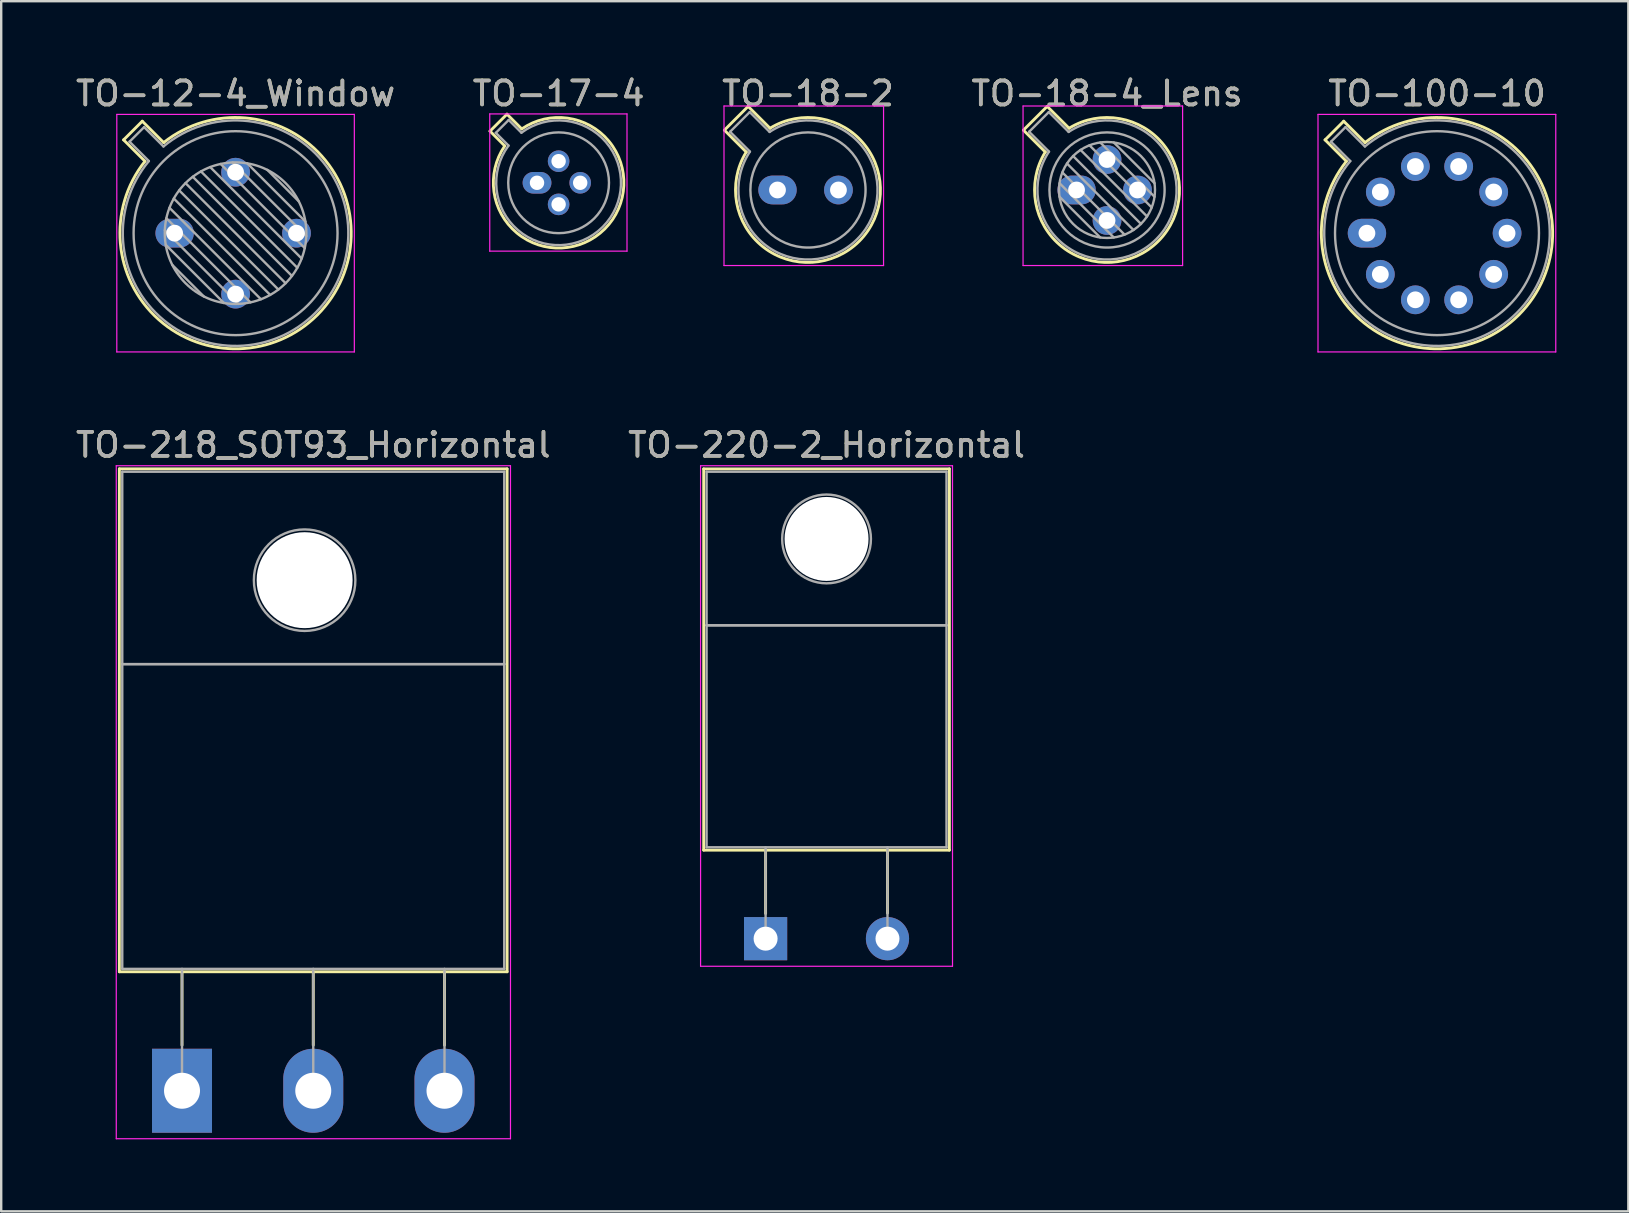
<source format=kicad_pcb>
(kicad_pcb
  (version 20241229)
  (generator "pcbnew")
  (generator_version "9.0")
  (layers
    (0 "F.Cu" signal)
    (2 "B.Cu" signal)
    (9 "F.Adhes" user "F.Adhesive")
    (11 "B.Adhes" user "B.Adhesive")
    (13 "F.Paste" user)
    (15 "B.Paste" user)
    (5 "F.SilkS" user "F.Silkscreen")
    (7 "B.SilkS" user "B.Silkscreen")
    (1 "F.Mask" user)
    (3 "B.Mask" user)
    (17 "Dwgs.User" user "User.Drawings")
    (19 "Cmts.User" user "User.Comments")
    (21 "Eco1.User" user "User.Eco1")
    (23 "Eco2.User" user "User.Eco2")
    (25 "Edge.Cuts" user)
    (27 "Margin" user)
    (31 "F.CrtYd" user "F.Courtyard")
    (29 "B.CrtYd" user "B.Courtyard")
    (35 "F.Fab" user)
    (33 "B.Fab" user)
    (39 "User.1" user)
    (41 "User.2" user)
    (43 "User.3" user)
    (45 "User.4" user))
  (footprint "TO-12-4_Window"
    (layer "F.Cu")
    (at 4.228 6.668)
    (property "Reference" "TO-12-4_Window" (at 2.54 -5.82 0) (layer "F.SilkS") (effects (font (size 1 1) (thickness 0.15))))
    (attr through_hole)
    (fp_line (start -2.126 -3.888) (end -1.235 -2.997) (stroke (width 0.12) (type solid)) (layer "F.SilkS"))
    (fp_line (start -1.348 -4.666) (end -2.126 -3.888) (stroke (width 0.12) (type solid)) (layer "F.SilkS"))
    (fp_line (start -0.457 -3.775) (end -1.348 -4.666) (stroke (width 0.12) (type solid)) (layer "F.SilkS"))
    (fp_arc (start -0.457084 -3.774902) (mid 5.948125 3.408384) (end -1.234674 -2.997371) (stroke (width 0.12) (type solid)) (layer "F.SilkS"))
    (fp_line (start -2.41 -4.95) (end -2.41 4.95) (stroke (width 0.05) (type solid)) (layer "F.CrtYd"))
    (fp_line (start -2.41 4.95) (end 7.49 4.95) (stroke (width 0.05) (type solid)) (layer "F.CrtYd"))
    (fp_line (start 7.49 -4.95) (end -2.41 -4.95) (stroke (width 0.05) (type solid)) (layer "F.CrtYd"))
    (fp_line (start 7.49 4.95) (end 7.49 -4.95) (stroke (width 0.05) (type solid)) (layer "F.CrtYd"))
    (fp_line (start -1.88 -3.812) (end -1.074 -3.005) (stroke (width 0.1) (type solid)) (layer "F.Fab"))
    (fp_line (start -1.272 -4.42) (end -1.88 -3.812) (stroke (width 0.1) (type solid)) (layer "F.Fab"))
    (fp_line (start -0.465 -3.614) (end -1.272 -4.42) (stroke (width 0.1) (type solid)) (layer "F.Fab"))
    (fp_line (start -0.408 -0.12) (end 2.66 2.948) (stroke (width 0.1) (type solid)) (layer "F.Fab"))
    (fp_line (start -0.371 0.485) (end 2.055 2.911) (stroke (width 0.1) (type solid)) (layer "F.Fab"))
    (fp_line (start -0.344 -0.622) (end 3.162 2.884) (stroke (width 0.1) (type solid)) (layer "F.Fab"))
    (fp_line (start -0.215 -1.058) (end 3.598 2.755) (stroke (width 0.1) (type solid)) (layer "F.Fab"))
    (fp_line (start -0.097 1.324) (end 1.216 2.637) (stroke (width 0.1) (type solid)) (layer "F.Fab"))
    (fp_line (start -0.034 -1.443) (end 3.983 2.574) (stroke (width 0.1) (type solid)) (layer "F.Fab"))
    (fp_line (start 0.19 -1.784) (end 4.324 2.35) (stroke (width 0.1) (type solid)) (layer "F.Fab"))
    (fp_line (start 0.454 -2.086) (end 4.626 2.086) (stroke (width 0.1) (type solid)) (layer "F.Fab"))
    (fp_line (start 0.756 -2.35) (end 4.89 1.784) (stroke (width 0.1) (type solid)) (layer "F.Fab"))
    (fp_line (start 1.097 -2.574) (end 5.114 1.443) (stroke (width 0.1) (type solid)) (layer "F.Fab"))
    (fp_line (start 1.482 -2.755) (end 5.295 1.058) (stroke (width 0.1) (type solid)) (layer "F.Fab"))
    (fp_line (start 1.918 -2.884) (end 5.424 0.622) (stroke (width 0.1) (type solid)) (layer "F.Fab"))
    (fp_line (start 2.42 -2.948) (end 5.488 0.12) (stroke (width 0.1) (type solid)) (layer "F.Fab"))
    (fp_line (start 3.025 -2.911) (end 5.451 -0.485) (stroke (width 0.1) (type solid)) (layer "F.Fab"))
    (fp_line (start 3.864 -2.637) (end 5.177 -1.324) (stroke (width 0.1) (type solid)) (layer "F.Fab"))
    (fp_arc (start -0.465408 -3.61352) (mid 5.863443 3.323361) (end -1.073594 -3.005319) (stroke (width 0.1) (type solid)) (layer "F.Fab"))
    (fp_circle (center 2.54 0) (end 5.49 0) (stroke (width 0.1) (type solid)) (fill no) (layer "F.Fab"))
    (fp_circle (center 2.54 0) (end 6.79 0) (stroke (width 0.1) (type solid)) (fill no) (layer "F.Fab"))
    (fp_text user "${REFERENCE}" (at 2.54 -5.82 0) (layer "F.Fab") (effects (font (size 1 1) (thickness 0.15))))
    (pad "1" thru_hole oval (at 0 0) (size 1.6 1.2) (drill 0.7) (layers "*.Cu" "*.Mask"))
    (pad "2" thru_hole oval (at 2.54 2.54) (size 1.2 1.2) (drill 0.7) (layers "*.Cu" "*.Mask"))
    (pad "3" thru_hole oval (at 5.08 0) (size 1.2 1.2) (drill 0.7) (layers "*.Cu" "*.Mask"))
    (pad "4" thru_hole oval (at 2.54 -2.54) (size 1.2 1.2) (drill 0.7) (layers "*.Cu" "*.Mask")))
  (footprint "TO-220-2_Horizontal"
    (layer "F.Cu")
    (at 28.859 36.072)
    (property "Reference" "TO-220-2_Horizontal" (at 2.54 -20.58 0) (layer "F.SilkS") (effects (font (size 1 1) (thickness 0.15))))
    (attr through_hole)
    (fp_line (start -2.58 -19.58) (end -2.58 -3.69) (stroke (width 0.12) (type solid)) (layer "F.SilkS"))
    (fp_line (start -2.58 -19.58) (end 7.66 -19.58) (stroke (width 0.12) (type solid)) (layer "F.SilkS"))
    (fp_line (start -2.58 -3.69) (end 7.66 -3.69) (stroke (width 0.12) (type solid)) (layer "F.SilkS"))
    (fp_line (start 0 -3.69) (end 0 -1.05) (stroke (width 0.12) (type solid)) (layer "F.SilkS"))
    (fp_line (start 5.08 -3.69) (end 5.08 -1.066) (stroke (width 0.12) (type solid)) (layer "F.SilkS"))
    (fp_line (start 7.66 -19.58) (end 7.66 -3.69) (stroke (width 0.12) (type solid)) (layer "F.SilkS"))
    (fp_line (start -2.71 -19.71) (end -2.71 1.15) (stroke (width 0.05) (type solid)) (layer "F.CrtYd"))
    (fp_line (start -2.71 1.15) (end 7.79 1.15) (stroke (width 0.05) (type solid)) (layer "F.CrtYd"))
    (fp_line (start 7.79 -19.71) (end -2.71 -19.71) (stroke (width 0.05) (type solid)) (layer "F.CrtYd"))
    (fp_line (start 7.79 1.15) (end 7.79 -19.71) (stroke (width 0.05) (type solid)) (layer "F.CrtYd"))
    (fp_line (start -2.46 -19.46) (end 7.54 -19.46) (stroke (width 0.1) (type solid)) (layer "F.Fab"))
    (fp_line (start -2.46 -13.06) (end -2.46 -19.46) (stroke (width 0.1) (type solid)) (layer "F.Fab"))
    (fp_line (start -2.46 -13.06) (end 7.54 -13.06) (stroke (width 0.1) (type solid)) (layer "F.Fab"))
    (fp_line (start -2.46 -3.81) (end -2.46 -13.06) (stroke (width 0.1) (type solid)) (layer "F.Fab"))
    (fp_line (start 0 -3.81) (end 0 0) (stroke (width 0.1) (type solid)) (layer "F.Fab"))
    (fp_line (start 5.08 -3.81) (end 5.08 0) (stroke (width 0.1) (type solid)) (layer "F.Fab"))
    (fp_line (start 7.54 -19.46) (end 7.54 -13.06) (stroke (width 0.1) (type solid)) (layer "F.Fab"))
    (fp_line (start 7.54 -13.06) (end -2.46 -13.06) (stroke (width 0.1) (type solid)) (layer "F.Fab"))
    (fp_line (start 7.54 -13.06) (end 7.54 -3.81) (stroke (width 0.1) (type solid)) (layer "F.Fab"))
    (fp_line (start 7.54 -3.81) (end -2.46 -3.81) (stroke (width 0.1) (type solid)) (layer "F.Fab"))
    (fp_circle (center 2.54 -16.66) (end 4.39 -16.66) (stroke (width 0.1) (type solid)) (fill no) (layer "F.Fab"))
    (fp_text user "${REFERENCE}" (at 2.54 -20.58 0) (layer "F.Fab") (effects (font (size 1 1) (thickness 0.15))))
    (pad "" np_thru_hole oval (at 2.54 -16.66) (size 3.5 3.5) (drill 3.5) (layers "*.Cu" "*.Mask"))
    (pad "1" thru_hole rect (at 0 0) (size 1.8 1.8) (drill 1) (layers "*.Cu" "*.Mask"))
    (pad "2" thru_hole oval (at 5.08 0) (size 1.8 1.8) (drill 1) (layers "*.Cu" "*.Mask")))
  (footprint "TO-100-10"
    (layer "F.Cu")
    (at 53.922 6.668)
    (property "Reference" "TO-100-10" (at 2.92 -5.82 0) (layer "F.SilkS") (effects (font (size 1 1) (thickness 0.15))))
    (attr through_hole)
    (fp_line (start -1.746 -3.888) (end -0.855 -2.997) (stroke (width 0.12) (type solid)) (layer "F.SilkS"))
    (fp_line (start -0.968 -4.666) (end -1.746 -3.888) (stroke (width 0.12) (type solid)) (layer "F.SilkS"))
    (fp_line (start -0.077 -3.775) (end -0.968 -4.666) (stroke (width 0.12) (type solid)) (layer "F.SilkS"))
    (fp_arc (start -0.077084 -3.774902) (mid 6.328125 3.408384) (end -0.854674 -2.997371) (stroke (width 0.12) (type solid)) (layer "F.SilkS"))
    (fp_line (start -2.04 -4.95) (end -2.04 4.95) (stroke (width 0.05) (type solid)) (layer "F.CrtYd"))
    (fp_line (start -2.04 4.95) (end 7.87 4.95) (stroke (width 0.05) (type solid)) (layer "F.CrtYd"))
    (fp_line (start 7.87 -4.95) (end -2.04 -4.95) (stroke (width 0.05) (type solid)) (layer "F.CrtYd"))
    (fp_line (start 7.87 4.95) (end 7.87 -4.95) (stroke (width 0.05) (type solid)) (layer "F.CrtYd"))
    (fp_line (start -1.5 -3.812) (end -0.694 -3.005) (stroke (width 0.1) (type solid)) (layer "F.Fab"))
    (fp_line (start -0.892 -4.42) (end -1.5 -3.812) (stroke (width 0.1) (type solid)) (layer "F.Fab"))
    (fp_line (start -0.085 -3.614) (end -0.892 -4.42) (stroke (width 0.1) (type solid)) (layer "F.Fab"))
    (fp_arc (start -0.085408 -3.61352) (mid 6.243443 3.323361) (end -0.693594 -3.005319) (stroke (width 0.1) (type solid)) (layer "F.Fab"))
    (fp_circle (center 2.92 0) (end 7.17 0) (stroke (width 0.1) (type solid)) (fill no) (layer "F.Fab"))
    (fp_text user "${REFERENCE}" (at 2.92 -5.82 0) (layer "F.Fab") (effects (font (size 1 1) (thickness 0.15))))
    (pad "1" thru_hole oval (at 0 0) (size 1.6 1.2) (drill 0.7) (layers "*.Cu" "*.Mask"))
    (pad "2" thru_hole oval (at 0.558 1.716) (size 1.2 1.2) (drill 0.7) (layers "*.Cu" "*.Mask"))
    (pad "3" thru_hole oval (at 2.018 2.777) (size 1.2 1.2) (drill 0.7) (layers "*.Cu" "*.Mask"))
    (pad "4" thru_hole oval (at 3.822 2.777) (size 1.2 1.2) (drill 0.7) (layers "*.Cu" "*.Mask"))
    (pad "5" thru_hole oval (at 5.282 1.716) (size 1.2 1.2) (drill 0.7) (layers "*.Cu" "*.Mask"))
    (pad "6" thru_hole oval (at 5.84 0) (size 1.2 1.2) (drill 0.7) (layers "*.Cu" "*.Mask"))
    (pad "7" thru_hole oval (at 5.282 -1.716) (size 1.2 1.2) (drill 0.7) (layers "*.Cu" "*.Mask"))
    (pad "8" thru_hole oval (at 3.822 -2.777) (size 1.2 1.2) (drill 0.7) (layers "*.Cu" "*.Mask"))
    (pad "9" thru_hole oval (at 2.018 -2.777) (size 1.2 1.2) (drill 0.7) (layers "*.Cu" "*.Mask"))
    (pad "10" thru_hole oval (at 0.558 -1.716) (size 1.2 1.2) (drill 0.7) (layers "*.Cu" "*.Mask")))
  (footprint "TO-18-4_Lens"
    (layer "F.Cu")
    (at 41.819 4.868)
    (property "Reference" "TO-18-4_Lens" (at 1.27 -4.02 0) (layer "F.SilkS") (effects (font (size 1 1) (thickness 0.15))))
    (attr through_hole)
    (fp_line (start -2.214 -2.494) (end -1.302 -1.582) (stroke (width 0.12) (type solid)) (layer "F.SilkS"))
    (fp_line (start -1.224 -3.484) (end -2.214 -2.494) (stroke (width 0.12) (type solid)) (layer "F.SilkS"))
    (fp_line (start -0.312 -2.572) (end -1.224 -3.484) (stroke (width 0.12) (type solid)) (layer "F.SilkS"))
    (fp_arc (start -0.312331 -2.572281) (mid 3.405374 2.135551) (end -1.30215 -1.582544) (stroke (width 0.12) (type solid)) (layer "F.SilkS"))
    (fp_line (start -2.23 -3.5) (end -2.23 3.15) (stroke (width 0.05) (type solid)) (layer "F.CrtYd"))
    (fp_line (start -2.23 3.15) (end 4.42 3.15) (stroke (width 0.05) (type solid)) (layer "F.CrtYd"))
    (fp_line (start 4.42 -3.5) (end -2.23 -3.5) (stroke (width 0.05) (type solid)) (layer "F.CrtYd"))
    (fp_line (start 4.42 3.15) (end 4.42 -3.5) (stroke (width 0.05) (type solid)) (layer "F.CrtYd"))
    (fp_line (start -1.977 -2.426) (end -1.149 -1.599) (stroke (width 0.1) (type solid)) (layer "F.Fab"))
    (fp_line (start -1.156 -3.247) (end -1.977 -2.426) (stroke (width 0.1) (type solid)) (layer "F.Fab"))
    (fp_line (start -0.71 -0.283) (end 1.553 1.98) (stroke (width 0.1) (type solid)) (layer "F.Fab"))
    (fp_line (start -0.71 0.283) (end 0.987 1.98) (stroke (width 0.1) (type solid)) (layer "F.Fab"))
    (fp_line (start -0.592 -0.731) (end 2.001 1.862) (stroke (width 0.1) (type solid)) (layer "F.Fab"))
    (fp_line (start -0.399 -1.103) (end 2.373 1.669) (stroke (width 0.1) (type solid)) (layer "F.Fab"))
    (fp_line (start -0.329 -2.419) (end -1.156 -3.247) (stroke (width 0.1) (type solid)) (layer "F.Fab"))
    (fp_line (start -0.145 -1.415) (end 2.685 1.415) (stroke (width 0.1) (type solid)) (layer "F.Fab"))
    (fp_line (start 0.167 -1.669) (end 2.939 1.103) (stroke (width 0.1) (type solid)) (layer "F.Fab"))
    (fp_line (start 0.539 -1.862) (end 3.132 0.731) (stroke (width 0.1) (type solid)) (layer "F.Fab"))
    (fp_line (start 0.987 -1.98) (end 3.25 0.283) (stroke (width 0.1) (type solid)) (layer "F.Fab"))
    (fp_line (start 1.553 -1.98) (end 3.25 -0.283) (stroke (width 0.1) (type solid)) (layer "F.Fab"))
    (fp_arc (start -0.329057 -2.419301) (mid 3.321076 2.050143) (end -1.150029 -1.597956) (stroke (width 0.1) (type solid)) (layer "F.Fab"))
    (fp_circle (center 1.27 0) (end 3.27 0) (stroke (width 0.1) (type solid)) (fill no) (layer "F.Fab"))
    (fp_circle (center 1.27 0) (end 3.67 0) (stroke (width 0.1) (type solid)) (fill no) (layer "F.Fab"))
    (fp_text user "${REFERENCE}" (at 1.27 -4.02 0) (layer "F.Fab") (effects (font (size 1 1) (thickness 0.15))))
    (pad "1" thru_hole oval (at 0 0) (size 1.6 1.2) (drill 0.7) (layers "*.Cu" "*.Mask"))
    (pad "2" thru_hole oval (at 1.27 1.27) (size 1.2 1.2) (drill 0.7) (layers "*.Cu" "*.Mask"))
    (pad "3" thru_hole oval (at 2.54 0) (size 1.2 1.2) (drill 0.7) (layers "*.Cu" "*.Mask"))
    (pad "4" thru_hole oval (at 1.27 -1.27) (size 1.2 1.2) (drill 0.7) (layers "*.Cu" "*.Mask")))
  (footprint "TO-18-2"
    (layer "F.Cu")
    (at 29.355 4.868)
    (property "Reference" "TO-18-2" (at 1.27 -4.02 0) (layer "F.SilkS") (effects (font (size 1 1) (thickness 0.15))))
    (attr through_hole)
    (fp_line (start -2.214 -2.494) (end -1.302 -1.582) (stroke (width 0.12) (type solid)) (layer "F.SilkS"))
    (fp_line (start -1.224 -3.484) (end -2.214 -2.494) (stroke (width 0.12) (type solid)) (layer "F.SilkS"))
    (fp_line (start -0.312 -2.572) (end -1.224 -3.484) (stroke (width 0.12) (type solid)) (layer "F.SilkS"))
    (fp_arc (start -0.312331 -2.572281) (mid 3.405374 2.135551) (end -1.30215 -1.582544) (stroke (width 0.12) (type solid)) (layer "F.SilkS"))
    (fp_line (start -2.23 -3.5) (end -2.23 3.15) (stroke (width 0.05) (type solid)) (layer "F.CrtYd"))
    (fp_line (start -2.23 3.15) (end 4.42 3.15) (stroke (width 0.05) (type solid)) (layer "F.CrtYd"))
    (fp_line (start 4.42 -3.5) (end -2.23 -3.5) (stroke (width 0.05) (type solid)) (layer "F.CrtYd"))
    (fp_line (start 4.42 3.15) (end 4.42 -3.5) (stroke (width 0.05) (type solid)) (layer "F.CrtYd"))
    (fp_line (start -1.977 -2.426) (end -1.149 -1.599) (stroke (width 0.1) (type solid)) (layer "F.Fab"))
    (fp_line (start -1.156 -3.247) (end -1.977 -2.426) (stroke (width 0.1) (type solid)) (layer "F.Fab"))
    (fp_line (start -0.329 -2.419) (end -1.156 -3.247) (stroke (width 0.1) (type solid)) (layer "F.Fab"))
    (fp_arc (start -0.329057 -2.419301) (mid 3.321076 2.050143) (end -1.150029 -1.597956) (stroke (width 0.1) (type solid)) (layer "F.Fab"))
    (fp_circle (center 1.27 0) (end 3.67 0) (stroke (width 0.1) (type solid)) (fill no) (layer "F.Fab"))
    (fp_text user "${REFERENCE}" (at 1.27 -4.02 0) (layer "F.Fab") (effects (font (size 1 1) (thickness 0.15))))
    (pad "1" thru_hole oval (at 0 0) (size 1.6 1.2) (drill 0.7) (layers "*.Cu" "*.Mask"))
    (pad "2" thru_hole oval (at 2.54 0) (size 1.2 1.2) (drill 0.7) (layers "*.Cu" "*.Mask")))
  (footprint "TO-17-4"
    (layer "F.Cu")
    (at 19.332 4.568)
    (property "Reference" "TO-17-4" (at 0.9 -3.72 0) (layer "F.SilkS") (effects (font (size 1 1) (thickness 0.15))))
    (attr through_hole)
    (fp_line (start -1.959 -2.152) (end -1.344 -1.537) (stroke (width 0.12) (type solid)) (layer "F.SilkS"))
    (fp_line (start -1.252 -2.859) (end -1.959 -2.152) (stroke (width 0.12) (type solid)) (layer "F.SilkS"))
    (fp_line (start -0.637 -2.244) (end -1.252 -2.859) (stroke (width 0.12) (type solid)) (layer "F.SilkS"))
    (fp_arc (start -0.637002 -2.244109) (mid 2.82358 1.923081) (end -1.344508 -1.536419) (stroke (width 0.12) (type solid)) (layer "F.SilkS"))
    (fp_line (start -1.97 -2.87) (end -1.97 2.85) (stroke (width 0.05) (type solid)) (layer "F.CrtYd"))
    (fp_line (start -1.97 2.85) (end 3.75 2.85) (stroke (width 0.05) (type solid)) (layer "F.CrtYd"))
    (fp_line (start 3.75 -2.87) (end -1.97 -2.87) (stroke (width 0.05) (type solid)) (layer "F.CrtYd"))
    (fp_line (start 3.75 2.85) (end 3.75 -2.87) (stroke (width 0.05) (type solid)) (layer "F.CrtYd"))
    (fp_line (start -1.718 -2.08) (end -1.187 -1.55) (stroke (width 0.1) (type solid)) (layer "F.Fab"))
    (fp_line (start -1.18 -2.618) (end -1.718 -2.08) (stroke (width 0.1) (type solid)) (layer "F.Fab"))
    (fp_line (start -0.65 -2.087) (end -1.18 -2.618) (stroke (width 0.1) (type solid)) (layer "F.Fab"))
    (fp_arc (start -0.650035 -2.087436) (mid 2.738346 1.838609) (end -1.187214 -1.550334) (stroke (width 0.1) (type solid)) (layer "F.Fab"))
    (fp_circle (center 0.9 0) (end 3 0) (stroke (width 0.1) (type solid)) (fill no) (layer "F.Fab"))
    (fp_text user "${REFERENCE}" (at 0.9 -3.72 0) (layer "F.Fab") (effects (font (size 1 1) (thickness 0.15))))
    (pad "1" thru_hole oval (at 0 0) (size 1.2 0.9) (drill 0.6) (layers "*.Cu" "*.Mask"))
    (pad "2" thru_hole oval (at 0.9 0.9) (size 0.9 0.9) (drill 0.6) (layers "*.Cu" "*.Mask"))
    (pad "3" thru_hole oval (at 1.8 0) (size 0.9 0.9) (drill 0.6) (layers "*.Cu" "*.Mask"))
    (pad "4" thru_hole oval (at 0.9 -0.9) (size 0.9 0.9) (drill 0.6) (layers "*.Cu" "*.Mask")))
  (footprint "TO-218_SOT93_Horizontal"
    (layer "F.Cu")
    (at 4.536 42.411)
    (property "Reference" "TO-218_SOT93_Horizontal" (at 5.47 -26.92 0) (layer "F.SilkS") (effects (font (size 1 1) (thickness 0.15))))
    (attr through_hole)
    (fp_line (start -2.611 -25.92) (end -2.611 -4.96) (stroke (width 0.12) (type solid)) (layer "F.SilkS"))
    (fp_line (start -2.611 -25.92) (end 13.55 -25.92) (stroke (width 0.12) (type solid)) (layer "F.SilkS"))
    (fp_line (start -2.611 -4.96) (end 13.55 -4.96) (stroke (width 0.12) (type solid)) (layer "F.SilkS"))
    (fp_line (start 0 -4.96) (end 0 -1.9) (stroke (width 0.12) (type solid)) (layer "F.SilkS"))
    (fp_line (start 5.47 -4.96) (end 5.47 -1.9) (stroke (width 0.12) (type solid)) (layer "F.SilkS"))
    (fp_line (start 10.94 -4.96) (end 10.94 -1.9) (stroke (width 0.12) (type solid)) (layer "F.SilkS"))
    (fp_line (start 13.55 -25.92) (end 13.55 -4.96) (stroke (width 0.12) (type solid)) (layer "F.SilkS"))
    (fp_line (start -2.74 -26.05) (end -2.74 2) (stroke (width 0.05) (type solid)) (layer "F.CrtYd"))
    (fp_line (start -2.74 2) (end 13.69 2) (stroke (width 0.05) (type solid)) (layer "F.CrtYd"))
    (fp_line (start 13.69 -26.05) (end -2.74 -26.05) (stroke (width 0.05) (type solid)) (layer "F.CrtYd"))
    (fp_line (start 13.69 2) (end 13.69 -26.05) (stroke (width 0.05) (type solid)) (layer "F.CrtYd"))
    (fp_line (start -2.49 -25.8) (end 13.43 -25.8) (stroke (width 0.1) (type solid)) (layer "F.Fab"))
    (fp_line (start -2.49 -17.78) (end -2.49 -25.8) (stroke (width 0.1) (type solid)) (layer "F.Fab"))
    (fp_line (start -2.49 -17.78) (end 13.43 -17.78) (stroke (width 0.1) (type solid)) (layer "F.Fab"))
    (fp_line (start -2.49 -5.08) (end -2.49 -17.78) (stroke (width 0.1) (type solid)) (layer "F.Fab"))
    (fp_line (start 0 -5.08) (end 0 0) (stroke (width 0.1) (type solid)) (layer "F.Fab"))
    (fp_line (start 5.47 -5.08) (end 5.47 0) (stroke (width 0.1) (type solid)) (layer "F.Fab"))
    (fp_line (start 10.94 -5.08) (end 10.94 0) (stroke (width 0.1) (type solid)) (layer "F.Fab"))
    (fp_line (start 13.43 -25.8) (end 13.43 -17.78) (stroke (width 0.1) (type solid)) (layer "F.Fab"))
    (fp_line (start 13.43 -17.78) (end -2.49 -17.78) (stroke (width 0.1) (type solid)) (layer "F.Fab"))
    (fp_line (start 13.43 -17.78) (end 13.43 -5.08) (stroke (width 0.1) (type solid)) (layer "F.Fab"))
    (fp_line (start 13.43 -5.08) (end -2.49 -5.08) (stroke (width 0.1) (type solid)) (layer "F.Fab"))
    (fp_circle (center 5.11 -21.28) (end 7.225 -21.28) (stroke (width 0.1) (type solid)) (fill no) (layer "F.Fab"))
    (fp_text user "${REFERENCE}" (at 5.47 -26.92 0) (layer "F.Fab") (effects (font (size 1 1) (thickness 0.15))))
    (pad "" np_thru_hole oval (at 5.11 -21.28) (size 4 4) (drill 4) (layers "*.Cu" "*.Mask"))
    (pad "1" thru_hole rect (at 0 0) (size 2.5 3.5) (drill 1.5) (layers "*.Cu" "*.Mask"))
    (pad "2" thru_hole oval (at 5.47 0) (size 2.5 3.5) (drill 1.5) (layers "*.Cu" "*.Mask"))
    (pad "3" thru_hole oval (at 10.94 0) (size 2.5 3.5) (drill 1.5) (layers "*.Cu" "*.Mask")))
  (gr_rect
    (start -3 -3)
    (end 64.817 47.437)
    (stroke (width 0.1) (type default))
    (fill no)
    (layer "Edge.Cuts")))
</source>
